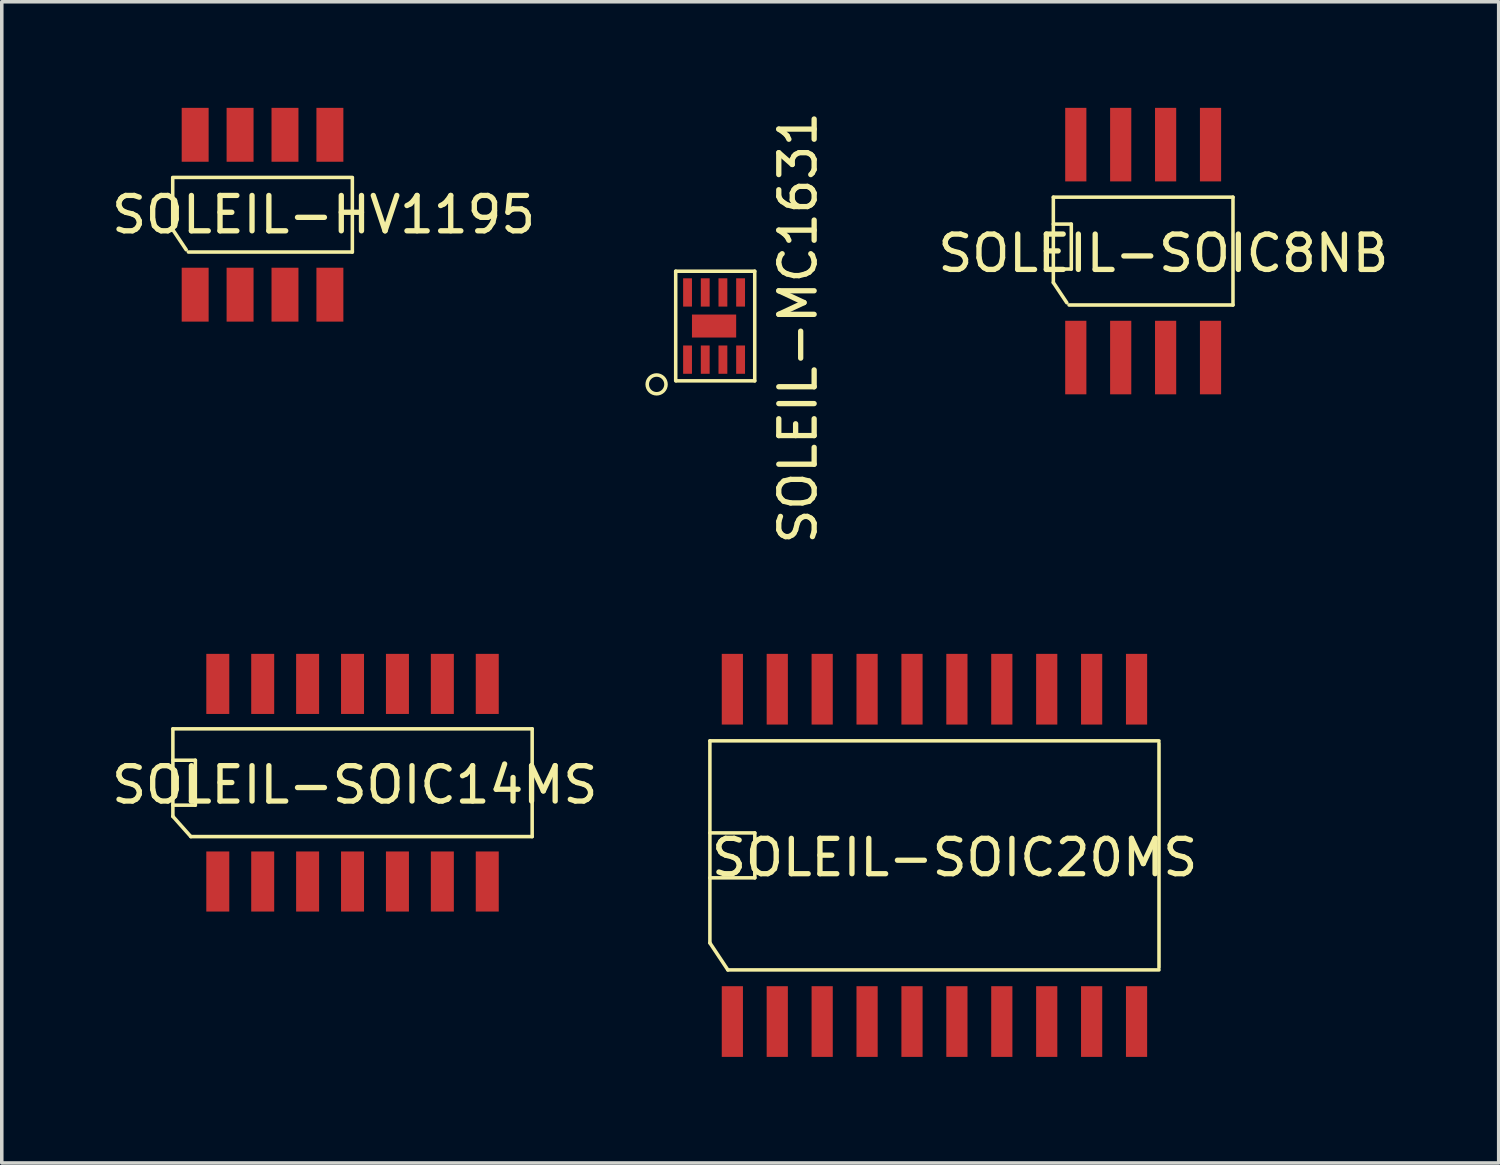
<source format=kicad_pcb>
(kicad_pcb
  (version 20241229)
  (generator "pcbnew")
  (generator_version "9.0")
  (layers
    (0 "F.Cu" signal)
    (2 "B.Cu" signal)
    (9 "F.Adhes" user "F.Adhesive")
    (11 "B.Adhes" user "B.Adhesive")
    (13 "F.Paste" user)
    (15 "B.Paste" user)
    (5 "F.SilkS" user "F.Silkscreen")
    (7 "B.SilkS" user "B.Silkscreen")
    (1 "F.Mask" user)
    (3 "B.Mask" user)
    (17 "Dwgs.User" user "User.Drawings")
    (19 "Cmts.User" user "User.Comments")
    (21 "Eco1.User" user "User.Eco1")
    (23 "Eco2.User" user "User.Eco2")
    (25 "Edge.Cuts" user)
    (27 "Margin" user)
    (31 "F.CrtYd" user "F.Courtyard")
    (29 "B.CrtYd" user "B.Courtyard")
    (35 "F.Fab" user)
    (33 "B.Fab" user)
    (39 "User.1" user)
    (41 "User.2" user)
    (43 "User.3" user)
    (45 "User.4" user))
  (footprint "SOLEIL-SOIC20MS"
    (layer "F.Cu")
    (at 17.66 25.838)
    (property "Reference" "SOLEIL-SOIC20MS" (at 6.287 -4.636 0) (layer "F.SilkS") (effects (font (size 1 1) (thickness 0.15))))
    (attr smd)
    (fp_line (start -0.635 -7.938) (end 12.065 -7.938) (stroke (width 0.1) (type solid)) (layer "F.SilkS"))
    (fp_line (start -0.635 -5.334) (end 0.635 -5.334) (stroke (width 0.1) (type solid)) (layer "F.SilkS"))
    (fp_line (start -0.635 -2.223) (end -0.635 -7.938) (stroke (width 0.1) (type solid)) (layer "F.SilkS"))
    (fp_line (start -0.635 -2.223) (end -0.127 -1.46) (stroke (width 0.1) (type solid)) (layer "F.SilkS"))
    (fp_line (start 0.635 -5.334) (end 0.635 -4.064) (stroke (width 0.1) (type solid)) (layer "F.SilkS"))
    (fp_line (start 0.635 -4.064) (end -0.635 -4.064) (stroke (width 0.1) (type solid)) (layer "F.SilkS"))
    (fp_line (start 12.065 -7.874) (end 12.065 -1.524) (stroke (width 0.1) (type solid)) (layer "F.SilkS"))
    (fp_line (start 12.065 -1.46) (end -0.127 -1.46) (stroke (width 0.1) (type solid)) (layer "F.SilkS"))
    (pad "1" smd rect (at 0 0) (size 0.599 1.999) (layers "F.Cu" "F.Mask" "F.Paste"))
    (pad "2" smd rect (at 1.27 0) (size 0.599 1.999) (layers "F.Cu" "F.Mask" "F.Paste"))
    (pad "3" smd rect (at 2.54 0) (size 0.599 1.999) (layers "F.Cu" "F.Mask" "F.Paste"))
    (pad "4" smd rect (at 3.81 0) (size 0.599 1.999) (layers "F.Cu" "F.Mask" "F.Paste"))
    (pad "5" smd rect (at 5.08 0) (size 0.599 1.999) (layers "F.Cu" "F.Mask" "F.Paste"))
    (pad "6" smd rect (at 6.35 0) (size 0.599 1.999) (layers "F.Cu" "F.Mask" "F.Paste"))
    (pad "7" smd rect (at 7.62 0) (size 0.599 1.999) (layers "F.Cu" "F.Mask" "F.Paste"))
    (pad "8" smd rect (at 8.89 0) (size 0.599 1.999) (layers "F.Cu" "F.Mask" "F.Paste"))
    (pad "9" smd rect (at 10.16 0) (size 0.599 1.999) (layers "F.Cu" "F.Mask" "F.Paste"))
    (pad "10" smd rect (at 11.43 0) (size 0.599 1.999) (layers "F.Cu" "F.Mask" "F.Paste"))
    (pad "11" smd rect (at 11.43 -9.398) (size 0.599 1.999) (layers "F.Cu" "F.Mask" "F.Paste"))
    (pad "12" smd rect (at 10.16 -9.398) (size 0.599 1.999) (layers "F.Cu" "F.Mask" "F.Paste"))
    (pad "13" smd rect (at 8.89 -9.398) (size 0.599 1.999) (layers "F.Cu" "F.Mask" "F.Paste"))
    (pad "14" smd rect (at 7.62 -9.398) (size 0.599 1.999) (layers "F.Cu" "F.Mask" "F.Paste"))
    (pad "15" smd rect (at 6.35 -9.398) (size 0.599 1.999) (layers "F.Cu" "F.Mask" "F.Paste"))
    (pad "16" smd rect (at 5.08 -9.398) (size 0.599 1.999) (layers "F.Cu" "F.Mask" "F.Paste"))
    (pad "17" smd rect (at 3.81 -9.398) (size 0.599 1.999) (layers "F.Cu" "F.Mask" "F.Paste"))
    (pad "18" smd rect (at 2.54 -9.398) (size 0.599 1.999) (layers "F.Cu" "F.Mask" "F.Paste"))
    (pad "19" smd rect (at 1.27 -9.398) (size 0.599 1.999) (layers "F.Cu" "F.Mask" "F.Paste"))
    (pad "20" smd rect (at 0 -9.398) (size 0.599 1.999) (layers "F.Cu" "F.Mask" "F.Paste")))
  (footprint "SOLEIL-SOIC14MS"
    (layer "F.Cu")
    (at 3.109 21.878)
    (property "Reference" "SOLEIL-SOIC14MS" (at 3.873 -2.731 0) (layer "F.SilkS") (effects (font (size 1 1) (thickness 0.15))))
    (attr smd)
    (fp_line (start -1.27 -4.318) (end -1.27 -1.841) (stroke (width 0.1) (type solid)) (layer "F.SilkS"))
    (fp_line (start -1.27 -4.318) (end 8.89 -4.318) (stroke (width 0.1) (type solid)) (layer "F.SilkS"))
    (fp_line (start -1.27 -3.429) (end -0.635 -3.429) (stroke (width 0.1) (type solid)) (layer "F.SilkS"))
    (fp_line (start -1.27 -1.841) (end -0.762 -1.27) (stroke (width 0.1) (type solid)) (layer "F.SilkS"))
    (fp_line (start -0.635 -3.429) (end -0.635 -2.159) (stroke (width 0.1) (type solid)) (layer "F.SilkS"))
    (fp_line (start -0.635 -2.159) (end -1.27 -2.159) (stroke (width 0.1) (type solid)) (layer "F.SilkS"))
    (fp_line (start 8.89 -4.318) (end 8.89 -1.27) (stroke (width 0.1) (type solid)) (layer "F.SilkS"))
    (fp_line (start 8.89 -1.27) (end -0.762 -1.27) (stroke (width 0.1) (type solid)) (layer "F.SilkS"))
    (pad "1" smd rect (at 0 0) (size 0.65 1.699) (layers "F.Cu" "F.Mask" "F.Paste"))
    (pad "2" smd rect (at 1.27 0) (size 0.65 1.699) (layers "F.Cu" "F.Mask" "F.Paste"))
    (pad "3" smd rect (at 2.54 0) (size 0.65 1.699) (layers "F.Cu" "F.Mask" "F.Paste"))
    (pad "4" smd rect (at 3.81 0) (size 0.65 1.699) (layers "F.Cu" "F.Mask" "F.Paste"))
    (pad "5" smd rect (at 5.08 0) (size 0.65 1.699) (layers "F.Cu" "F.Mask" "F.Paste"))
    (pad "6" smd rect (at 6.35 0) (size 0.65 1.699) (layers "F.Cu" "F.Mask" "F.Paste"))
    (pad "7" smd rect (at 7.62 0) (size 0.65 1.699) (layers "F.Cu" "F.Mask" "F.Paste"))
    (pad "8" smd rect (at 7.62 -5.588) (size 0.65 1.699) (layers "F.Cu" "F.Mask" "F.Paste"))
    (pad "9" smd rect (at 6.35 -5.588) (size 0.65 1.699) (layers "F.Cu" "F.Mask" "F.Paste"))
    (pad "10" smd rect (at 5.08 -5.588) (size 0.65 1.699) (layers "F.Cu" "F.Mask" "F.Paste"))
    (pad "11" smd rect (at 3.81 -5.588) (size 0.65 1.699) (layers "F.Cu" "F.Mask" "F.Paste"))
    (pad "12" smd rect (at 2.54 -5.588) (size 0.65 1.699) (layers "F.Cu" "F.Mask" "F.Paste"))
    (pad "13" smd rect (at 1.27 -5.588) (size 0.65 1.699) (layers "F.Cu" "F.Mask" "F.Paste"))
    (pad "14" smd rect (at 0 -5.588) (size 0.65 1.699) (layers "F.Cu" "F.Mask" "F.Paste")))
  (footprint "SOLEIL-HV1195"
    (layer "F.Cu")
    (at 2.469 5.283)
    (property "Reference" "SOLEIL-HV1195" (at 3.632 -2.261 0) (layer "F.SilkS") (effects (font (size 1 1) (thickness 0.15))))
    (attr smd)
    (fp_line (start -0.635 -3.315) (end 4.445 -3.315) (stroke (width 0.1) (type solid)) (layer "F.SilkS"))
    (fp_line (start -0.635 -3.302) (end -0.635 -1.841) (stroke (width 0.1) (type solid)) (layer "F.SilkS"))
    (fp_line (start -0.635 -1.841) (end -0.254 -1.27) (stroke (width 0.1) (type solid)) (layer "F.SilkS"))
    (fp_line (start 4.445 -3.302) (end 4.445 -1.206) (stroke (width 0.1) (type solid)) (layer "F.SilkS"))
    (fp_line (start 4.445 -1.206) (end -0.191 -1.206) (stroke (width 0.1) (type solid)) (layer "F.SilkS"))
    (pad "1" smd rect (at 0 0) (size 0.762 1.524) (layers "F.Cu" "F.Mask" "F.Paste"))
    (pad "2" smd rect (at 1.27 0) (size 0.762 1.524) (layers "F.Cu" "F.Mask" "F.Paste"))
    (pad "3" smd rect (at 2.54 0) (size 0.762 1.524) (layers "F.Cu" "F.Mask" "F.Paste"))
    (pad "4" smd rect (at 3.81 0) (size 0.762 1.524) (layers "F.Cu" "F.Mask" "F.Paste"))
    (pad "5" smd rect (at 3.81 -4.521) (size 0.762 1.524) (layers "F.Cu" "F.Mask" "F.Paste"))
    (pad "6" smd rect (at 2.54 -4.521) (size 0.762 1.524) (layers "F.Cu" "F.Mask" "F.Paste"))
    (pad "7" smd rect (at 1.27 -4.521) (size 0.762 1.524) (layers "F.Cu" "F.Mask" "F.Paste"))
    (pad "8" smd rect (at 0 -4.521) (size 0.762 1.524) (layers "F.Cu" "F.Mask" "F.Paste")))
  (footprint "SOLEIL-MC1631"
    (layer "F.Cu")
    (at 16.393 7.12)
    (property "Reference" "SOLEIL-MC1631" (at 3.125 -0.9 90) (layer "F.SilkS") (effects (font (size 1 1) (thickness 0.15))))
    (attr smd)
    (fp_line (start -0.335 -2.5) (end -0.335 0.6) (stroke (width 0.1) (type solid)) (layer "F.SilkS"))
    (fp_line (start -0.335 -2.5) (end 1.9 -2.5) (stroke (width 0.1) (type solid)) (layer "F.SilkS"))
    (fp_line (start 1.9 -2.5) (end 1.9 0.6) (stroke (width 0.1) (type solid)) (layer "F.SilkS"))
    (fp_line (start 1.9 0.6) (end -0.316 0.6) (stroke (width 0.1) (type solid)) (layer "F.SilkS"))
    (fp_circle (center -0.875 0.7) (end -0.675 0.875) (stroke (width 0.1) (type solid)) (fill no) (layer "F.SilkS"))
    (pad "0" smd rect (at 0.75 -0.95) (size 1.25 0.65) (layers "F.Cu" "F.Mask" "F.Paste"))
    (pad "1" smd rect (at 0 0) (size 0.25 0.8) (layers "F.Cu" "F.Mask" "F.Paste"))
    (pad "2" smd rect (at 0.5 0) (size 0.25 0.8) (layers "F.Cu" "F.Mask" "F.Paste"))
    (pad "3" smd rect (at 1 0) (size 0.25 0.8) (layers "F.Cu" "F.Mask" "F.Paste"))
    (pad "4" smd rect (at 1.5 0) (size 0.25 0.8) (layers "F.Cu" "F.Mask" "F.Paste"))
    (pad "5" smd rect (at 1.5 -1.9) (size 0.25 0.8) (layers "F.Cu" "F.Mask" "F.Paste"))
    (pad "6" smd rect (at 1 -1.9) (size 0.25 0.8) (layers "F.Cu" "F.Mask" "F.Paste"))
    (pad "7" smd rect (at 0.5 -1.9) (size 0.25 0.8) (layers "F.Cu" "F.Mask" "F.Paste"))
    (pad "8" smd rect (at 0 -1.9) (size 0.25 0.8) (layers "F.Cu" "F.Mask" "F.Paste")))
  (footprint "SOLEIL-SOIC8NB"
    (layer "F.Cu")
    (at 27.372 6.781)
    (property "Reference" "SOLEIL-SOIC8NB" (at 2.477 -2.667 0) (layer "F.SilkS") (effects (font (size 1 1) (thickness 0.15))))
    (attr smd)
    (fp_line (start -0.635 -4.255) (end -0.635 -1.841) (stroke (width 0.1) (type solid)) (layer "F.SilkS"))
    (fp_line (start -0.635 -4.255) (end 4.445 -4.255) (stroke (width 0.1) (type solid)) (layer "F.SilkS"))
    (fp_line (start -0.635 -3.493) (end -0.127 -3.493) (stroke (width 0.1) (type solid)) (layer "F.SilkS"))
    (fp_line (start -0.635 -1.841) (end -0.254 -1.27) (stroke (width 0.1) (type solid)) (layer "F.SilkS"))
    (fp_line (start -0.127 -3.493) (end -0.127 -2.223) (stroke (width 0.1) (type solid)) (layer "F.SilkS"))
    (fp_line (start -0.127 -2.223) (end -0.635 -2.223) (stroke (width 0.1) (type solid)) (layer "F.SilkS"))
    (fp_line (start 4.445 -4.255) (end 4.445 -1.206) (stroke (width 0.1) (type solid)) (layer "F.SilkS"))
    (fp_line (start 4.445 -1.206) (end -0.191 -1.206) (stroke (width 0.1) (type solid)) (layer "F.SilkS"))
    (pad "1" smd rect (at 0 0.28) (size 0.599 2.08) (layers "F.Cu" "F.Mask" "F.Paste"))
    (pad "2" smd rect (at 1.27 0.28) (size 0.599 2.08) (layers "F.Cu" "F.Mask" "F.Paste"))
    (pad "3" smd rect (at 2.54 0.28) (size 0.599 2.08) (layers "F.Cu" "F.Mask" "F.Paste"))
    (pad "4" smd rect (at 3.81 0.28) (size 0.599 2.08) (layers "F.Cu" "F.Mask" "F.Paste"))
    (pad "5" smd rect (at 3.81 -5.741) (size 0.599 2.08) (layers "F.Cu" "F.Mask" "F.Paste"))
    (pad "6" smd rect (at 2.54 -5.741) (size 0.599 2.08) (layers "F.Cu" "F.Mask" "F.Paste"))
    (pad "7" smd rect (at 1.27 -5.741) (size 0.599 2.08) (layers "F.Cu" "F.Mask" "F.Paste"))
    (pad "8" smd rect (at 0 -5.741) (size 0.599 2.08) (layers "F.Cu" "F.Mask" "F.Paste")))
  (gr_rect
    (start -3 -3)
    (end 39.331 29.837)
    (stroke (width 0.1) (type default))
    (fill no)
    (layer "Edge.Cuts")))
</source>
